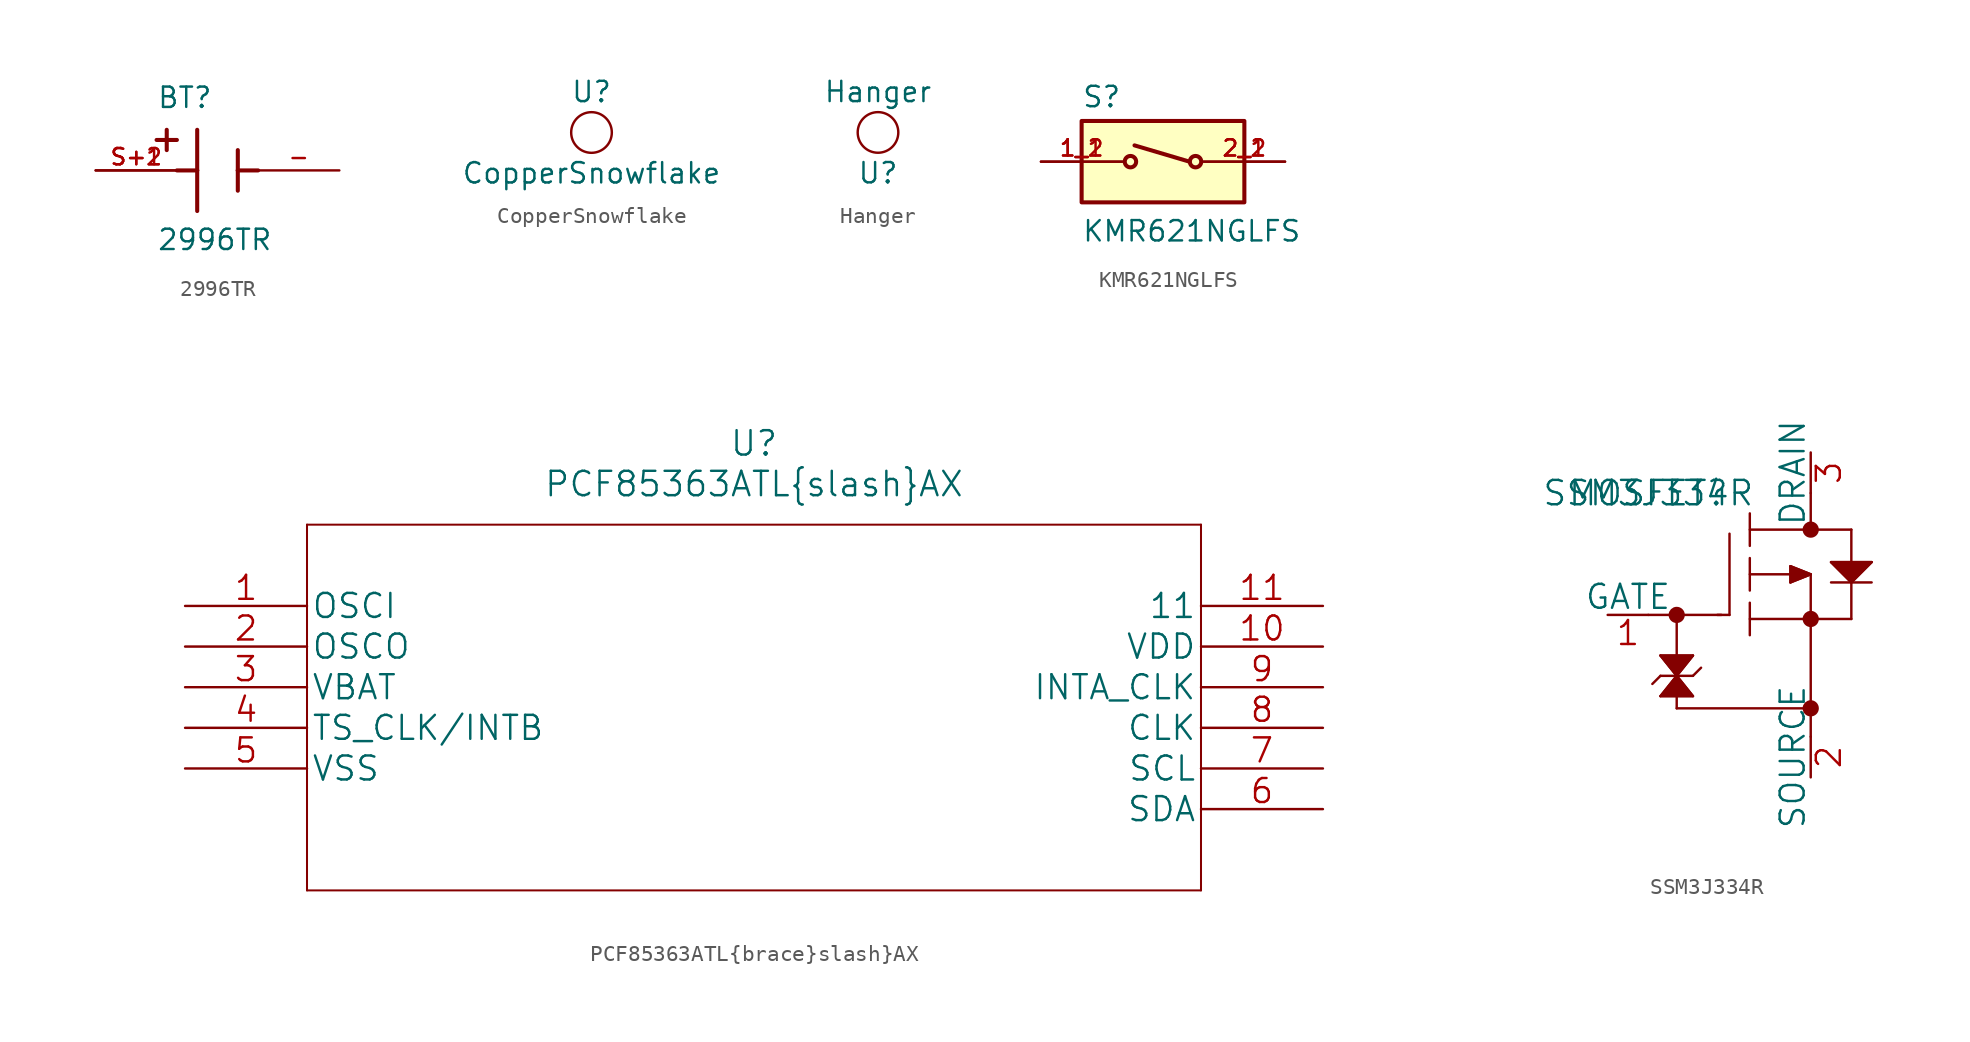
<source format=kicad_sym>
(kicad_symbol_lib
  (version 20211014)
  (generator kicad_symbol_editor)
  (symbol "2996TR"
    (pin_names
      (offset 1.016) hide)
    (property "Reference" "BT"
      (at -3.81 3.81 0)
      (effects (font (size 1.27 1.27)) (justify left bottom)))
    (property "Value" "2996TR"
      (at -3.81 -5.08 0)
      (effects (font (size 1.27 1.27)) (justify left bottom)))
    (property "ki_locked" ""
      (at 0 0 0)
      (effects (font (size 1.27 1.27))))
    (symbol "2996TR_0_0"
      (polyline (pts (xy -3.81 1.905) (xy -2.54 1.905)) (stroke (width 0.254) (type default) (color 0 0 0 0)) (fill (type none)))
      (polyline (pts (xy -3.175 2.54) (xy -3.175 1.27)) (stroke (width 0.254) (type default) (color 0 0 0 0)) (fill (type none)))
      (polyline (pts (xy -1.27 0) (xy -2.54 0)) (stroke (width 0.254) (type default) (color 0 0 0 0)) (fill (type none)))
      (polyline (pts (xy -1.27 0) (xy -1.27 -2.54)) (stroke (width 0.254) (type default) (color 0 0 0 0)) (fill (type none)))
      (polyline (pts (xy -1.27 2.54) (xy -1.27 0)) (stroke (width 0.254) (type default) (color 0 0 0 0)) (fill (type none)))
      (polyline (pts (xy 1.27 0) (xy 1.27 -1.27)) (stroke (width 0.254) (type default) (color 0 0 0 0)) (fill (type none)))
      (polyline (pts (xy 1.27 0) (xy 2.54 0)) (stroke (width 0.254) (type default) (color 0 0 0 0)) (fill (type none)))
      (polyline (pts (xy 1.27 1.27) (xy 1.27 0)) (stroke (width 0.254) (type default) (color 0 0 0 0)) (fill (type none)))
      (pin passive line (at 7.62 0 180) (length 5.08) (name "~" (effects (font (size 1.016 1.016)))) (number "-" (effects (font (size 1.016 1.016)))))
      (pin passive line (at -7.62 0 0) (length 5.08) (name "~" (effects (font (size 1.016 1.016)))) (number "S+1" (effects (font (size 1.016 1.016)))))
      (pin passive line (at -7.62 0 0) (length 5.08) (name "~" (effects (font (size 1.016 1.016)))) (number "S+2" (effects (font (size 1.016 1.016)))))))
  (symbol "CopperSnowflake"
    (pin_numbers hide)
    (pin_names
      (offset 0) hide)
    (property "Reference" "U"
      (at 0 2.54 0)
      (effects (font (size 1.27 1.27))))
    (property "Value" "CopperSnowflake"
      (at 0 -2.54 0)
      (effects (font (size 1.27 1.27))))
    (symbol "CopperSnowflake_0_1"
      (circle (center 0 0) (radius 1.27) (stroke (width 0) (type default) (color 0 0 0 0)) (fill (type none)))))
  (symbol "Hanger"
    (pin_numbers hide)
    (pin_names
      (offset 0) hide)
    (property "Reference" "U"
      (at 0 -2.54 0)
      (effects (font (size 1.27 1.27))))
    (property "Value" "Hanger"
      (at 0 2.54 0)
      (effects (font (size 1.27 1.27))))
    (symbol "Hanger_0_1"
      (circle (center 0 0) (radius 1.27) (stroke (width 0) (type default) (color 0 0 0 0)) (fill (type none)))))
  (symbol "KMR621NGLFS"
    (pin_names
      (offset 1.016) hide)
    (property "Reference" "S"
      (at -5.08 3.302 0)
      (effects (font (size 1.27 1.27)) (justify left bottom)))
    (property "Value" "KMR621NGLFS"
      (at -5.08 -5.08 0)
      (effects (font (size 1.27 1.27)) (justify left bottom)))
    (property "ki_locked" ""
      (at 0 0 0)
      (effects (font (size 1.27 1.27))))
    (symbol "KMR621NGLFS_0_0"
      (rectangle (start -5.08 -2.54) (end 5.08 2.54) (stroke (width 0.254) (type default) (color 0 0 0 0)) (fill (type background)))
      (circle (center -2.032 0) (radius 0.356) (stroke (width 0.254) (type default) (color 0 0 0 0)) (fill (type none)))
      (polyline (pts (xy 1.651 0) (xy -1.778 1.016)) (stroke (width 0.254) (type default) (color 0 0 0 0)) (fill (type none)))
      (circle (center 2.032 0) (radius 0.356) (stroke (width 0.254) (type default) (color 0 0 0 0)) (fill (type none)))
      (pin passive line (at -7.62 0 0) (length 5.08) (name "~" (effects (font (size 1.016 1.016)))) (number "1_1" (effects (font (size 1.016 1.016)))))
      (pin passive line (at -7.62 0 0) (length 5.08) (name "~" (effects (font (size 1.016 1.016)))) (number "1_2" (effects (font (size 1.016 1.016)))))
      (pin passive line (at 7.62 0 180) (length 5.08) (name "~" (effects (font (size 1.016 1.016)))) (number "2_1" (effects (font (size 1.016 1.016)))))
      (pin passive line (at 7.62 0 180) (length 5.08) (name "~" (effects (font (size 1.016 1.016)))) (number "2_2" (effects (font (size 1.016 1.016)))))))
  (symbol "PCF85363ATL{brace}slash}AX"
    (pin_names
      (offset 0.254))
    (property "Reference" "U"
      (at 35.56 10.16 0)
      (effects (font (size 1.524 1.524))))
    (property "Value" "PCF85363ATL{brace}slash}AX"
      (at 35.56 7.62 0)
      (effects (font (size 1.524 1.524))))
    (property "Datasheet" ""
      (at 0 0 0)
      (effects (font (size 1.524 1.524))))
    (property "ki_locked" ""
      (at 0 0 0)
      (effects (font (size 1.27 1.27))))
    (symbol "PCF85363ATL{brace}slash}AX_1_1"
      (polyline (pts (xy 7.62 -17.78) (xy 63.5 -17.78)) (stroke (width 0.127) (type default) (color 0 0 0 0)) (fill (type none)))
      (polyline (pts (xy 7.62 5.08) (xy 7.62 -17.78)) (stroke (width 0.127) (type default) (color 0 0 0 0)) (fill (type none)))
      (polyline (pts (xy 63.5 -17.78) (xy 63.5 5.08)) (stroke (width 0.127) (type default) (color 0 0 0 0)) (fill (type none)))
      (polyline (pts (xy 63.5 5.08) (xy 7.62 5.08)) (stroke (width 0.127) (type default) (color 0 0 0 0)) (fill (type none)))
      (pin unspecified line (at 0 0 0) (length 7.62) (name "OSCI" (effects (font (size 1.499 1.499)))) (number "1" (effects (font (size 1.499 1.499)))))
      (pin power_in line (at 71.12 -2.54 180) (length 7.62) (name "VDD" (effects (font (size 1.499 1.499)))) (number "10" (effects (font (size 1.499 1.499)))))
      (pin unspecified line (at 71.12 0 180) (length 7.62) (name "11" (effects (font (size 1.499 1.499)))) (number "11" (effects (font (size 1.499 1.499)))))
      (pin unspecified line (at 0 -2.54 0) (length 7.62) (name "OSCO" (effects (font (size 1.499 1.499)))) (number "2" (effects (font (size 1.499 1.499)))))
      (pin unspecified line (at 0 -5.08 0) (length 7.62) (name "VBAT" (effects (font (size 1.499 1.499)))) (number "3" (effects (font (size 1.499 1.499)))))
      (pin unspecified line (at 0 -7.62 0) (length 7.62) (name "TS_CLK/INTB" (effects (font (size 1.499 1.499)))) (number "4" (effects (font (size 1.499 1.499)))))
      (pin power_in line (at 0 -10.16 0) (length 7.62) (name "VSS" (effects (font (size 1.499 1.499)))) (number "5" (effects (font (size 1.499 1.499)))))
      (pin unspecified line (at 71.12 -12.7 180) (length 7.62) (name "SDA" (effects (font (size 1.499 1.499)))) (number "6" (effects (font (size 1.499 1.499)))))
      (pin unspecified line (at 71.12 -10.16 180) (length 7.62) (name "SCL" (effects (font (size 1.499 1.499)))) (number "7" (effects (font (size 1.499 1.499)))))
      (pin unspecified line (at 71.12 -7.62 180) (length 7.62) (name "CLK" (effects (font (size 1.499 1.499)))) (number "8" (effects (font (size 1.499 1.499)))))
      (pin input line (at 71.12 -5.08 180) (length 7.62) (name "INTA_CLK" (effects (font (size 1.499 1.499)))) (number "9" (effects (font (size 1.499 1.499)))))))
  (symbol "SSM3J334R"
    (pin_names
      (offset 0))
    (property "Reference" "MOSFET"
      (at 0 0 0)
      (effects (font (size 1.524 1.524))))
    (property "Value" "SSM3J334R"
      (at 0 0 0)
      (effects (font (size 1.524 1.524))))
    (property "Datasheet" ""
      (at 0 0 0)
      (effects (font (size 1.524 1.524))))
    (property "ki_locked" ""
      (at 0 0 0)
      (effects (font (size 1.27 1.27))))
    (symbol "SSM3J334R_1_1"
      (polyline (pts (xy 0 -7.62) (xy 4.572 -7.62)) (stroke (width 0.152) (type default) (color 0 0 0 0)) (fill (type none)))
      (polyline (pts (xy 0.762 -12.7) (xy 2.794 -12.7)) (stroke (width 0.152) (type default) (color 0 0 0 0)) (fill (type none)))
      (polyline (pts (xy 0.762 -11.43) (xy 0.254 -11.938)) (stroke (width 0.152) (type default) (color 0 0 0 0)) (fill (type none)))
      (polyline (pts (xy 0.762 -11.43) (xy 2.794 -11.43)) (stroke (width 0.152) (type default) (color 0 0 0 0)) (fill (type none)))
      (polyline (pts (xy 0.762 -10.16) (xy 1.778 -11.43)) (stroke (width 0.152) (type default) (color 0 0 0 0)) (fill (type none)))
      (polyline (pts (xy 0.762 -10.16) (xy 2.794 -10.16)) (stroke (width 0.152) (type default) (color 0 0 0 0)) (fill (type none)))
      (polyline (pts (xy 1.778 -13.462) (xy 10.16 -13.462)) (stroke (width 0.152) (type default) (color 0 0 0 0)) (fill (type none)))
      (polyline (pts (xy 1.778 -12.7) (xy 1.778 -13.462)) (stroke (width 0.152) (type default) (color 0 0 0 0)) (fill (type none)))
      (polyline (pts (xy 1.778 -11.43) (xy 0.762 -12.7)) (stroke (width 0.152) (type default) (color 0 0 0 0)) (fill (type none)))
      (polyline (pts (xy 1.778 -7.62) (xy 1.778 -10.16)) (stroke (width 0.152) (type default) (color 0 0 0 0)) (fill (type none)))
      (polyline (pts (xy 2.794 -12.7) (xy 1.778 -11.43)) (stroke (width 0.152) (type default) (color 0 0 0 0)) (fill (type none)))
      (polyline (pts (xy 2.794 -11.43) (xy 3.302 -10.922)) (stroke (width 0.152) (type default) (color 0 0 0 0)) (fill (type none)))
      (polyline (pts (xy 2.794 -10.16) (xy 1.778 -11.43)) (stroke (width 0.152) (type default) (color 0 0 0 0)) (fill (type none)))
      (polyline (pts (xy 5.08 -7.62) (xy 4.318 -7.62)) (stroke (width 0.152) (type default) (color 0 0 0 0)) (fill (type none)))
      (polyline (pts (xy 5.08 -7.62) (xy 5.08 -2.54)) (stroke (width 0.152) (type default) (color 0 0 0 0)) (fill (type none)))
      (polyline (pts (xy 6.35 -8.89) (xy 6.35 -6.858)) (stroke (width 0.152) (type default) (color 0 0 0 0)) (fill (type none)))
      (polyline (pts (xy 6.35 -7.874) (xy 12.7 -7.874)) (stroke (width 0.152) (type default) (color 0 0 0 0)) (fill (type none)))
      (polyline (pts (xy 6.35 -6.096) (xy 6.35 -4.064)) (stroke (width 0.152) (type default) (color 0 0 0 0)) (fill (type none)))
      (polyline (pts (xy 6.35 -5.08) (xy 8.89 -5.08)) (stroke (width 0.152) (type default) (color 0 0 0 0)) (fill (type none)))
      (polyline (pts (xy 6.35 -3.302) (xy 6.35 -1.27)) (stroke (width 0.152) (type default) (color 0 0 0 0)) (fill (type none)))
      (polyline (pts (xy 8.89 -5.588) (xy 10.16 -5.08)) (stroke (width 0.152) (type default) (color 0 0 0 0)) (fill (type none)))
      (polyline (pts (xy 8.89 -4.572) (xy 8.89 -5.588)) (stroke (width 0.152) (type default) (color 0 0 0 0)) (fill (type none)))
      (polyline (pts (xy 10.16 -5.08) (xy 8.89 -4.572)) (stroke (width 0.152) (type default) (color 0 0 0 0)) (fill (type none)))
      (polyline (pts (xy 10.16 -5.08) (xy 10.16 -15.24)) (stroke (width 0.152) (type default) (color 0 0 0 0)) (fill (type none)))
      (polyline (pts (xy 10.16 0) (xy 10.16 -2.286)) (stroke (width 0.152) (type default) (color 0 0 0 0)) (fill (type none)))
      (polyline (pts (xy 11.43 -5.588) (xy 13.97 -5.588)) (stroke (width 0.152) (type default) (color 0 0 0 0)) (fill (type none)))
      (polyline (pts (xy 11.43 -4.318) (xy 13.97 -4.318)) (stroke (width 0.152) (type default) (color 0 0 0 0)) (fill (type none)))
      (polyline (pts (xy 12.7 -7.874) (xy 12.7 -5.588)) (stroke (width 0.152) (type default) (color 0 0 0 0)) (fill (type none)))
      (polyline (pts (xy 12.7 -5.588) (xy 11.43 -4.318)) (stroke (width 0.152) (type default) (color 0 0 0 0)) (fill (type none)))
      (polyline (pts (xy 12.7 -4.318) (xy 12.7 -2.286)) (stroke (width 0.152) (type default) (color 0 0 0 0)) (fill (type none)))
      (polyline (pts (xy 12.7 -2.286) (xy 6.35 -2.286)) (stroke (width 0.152) (type default) (color 0 0 0 0)) (fill (type none)))
      (polyline (pts (xy 13.97 -4.318) (xy 12.7 -5.588)) (stroke (width 0.152) (type default) (color 0 0 0 0)) (fill (type none)))
      (polyline (pts (xy 8.89 -4.572) (xy 8.89 -5.588) (xy 10.16 -5.08) (xy 8.89 -4.572)) (stroke (width 0) (type default) (color 0 0 0 0)) (fill (type outline)))
      (polyline (pts (xy 11.43 -4.318) (xy 12.7 -5.588) (xy 13.97 -4.318) (xy 11.43 -4.318)) (stroke (width 0) (type default) (color 0 0 0 0)) (fill (type outline)))
      (polyline (pts (xy 0.762 -10.16) (xy 1.778 -11.43) (xy 0.762 -12.7) (xy 2.794 -12.7) (xy 1.778 -11.43) (xy 2.794 -10.16) (xy 0.762 -10.16)) (stroke (width 0) (type default) (color 0 0 0 0)) (fill (type outline)))
      (circle (center 1.778 -7.62) (radius 0.254) (stroke (width 0.508) (type default) (color 0 0 0 0)) (fill (type none)))
      (circle (center 10.16 -13.462) (radius 0.254) (stroke (width 0.508) (type default) (color 0 0 0 0)) (fill (type none)))
      (circle (center 10.16 -7.874) (radius 0.254) (stroke (width 0.508) (type default) (color 0 0 0 0)) (fill (type none)))
      (circle (center 10.16 -2.286) (radius 0.254) (stroke (width 0.508) (type default) (color 0 0 0 0)) (fill (type none)))
      (pin unspecified line (at -2.54 -7.62 0) (length 2.54) (name "GATE" (effects (font (size 1.499 1.499)))) (number "1" (effects (font (size 1.499 1.499)))))
      (pin unspecified line (at 10.16 -17.78 90) (length 2.54) (name "SOURCE" (effects (font (size 1.499 1.499)))) (number "2" (effects (font (size 1.499 1.499)))))
      (pin unspecified line (at 10.16 2.54 270) (length 2.54) (name "DRAIN" (effects (font (size 1.499 1.499)))) (number "3" (effects (font (size 1.499 1.499))))))))
</source>
